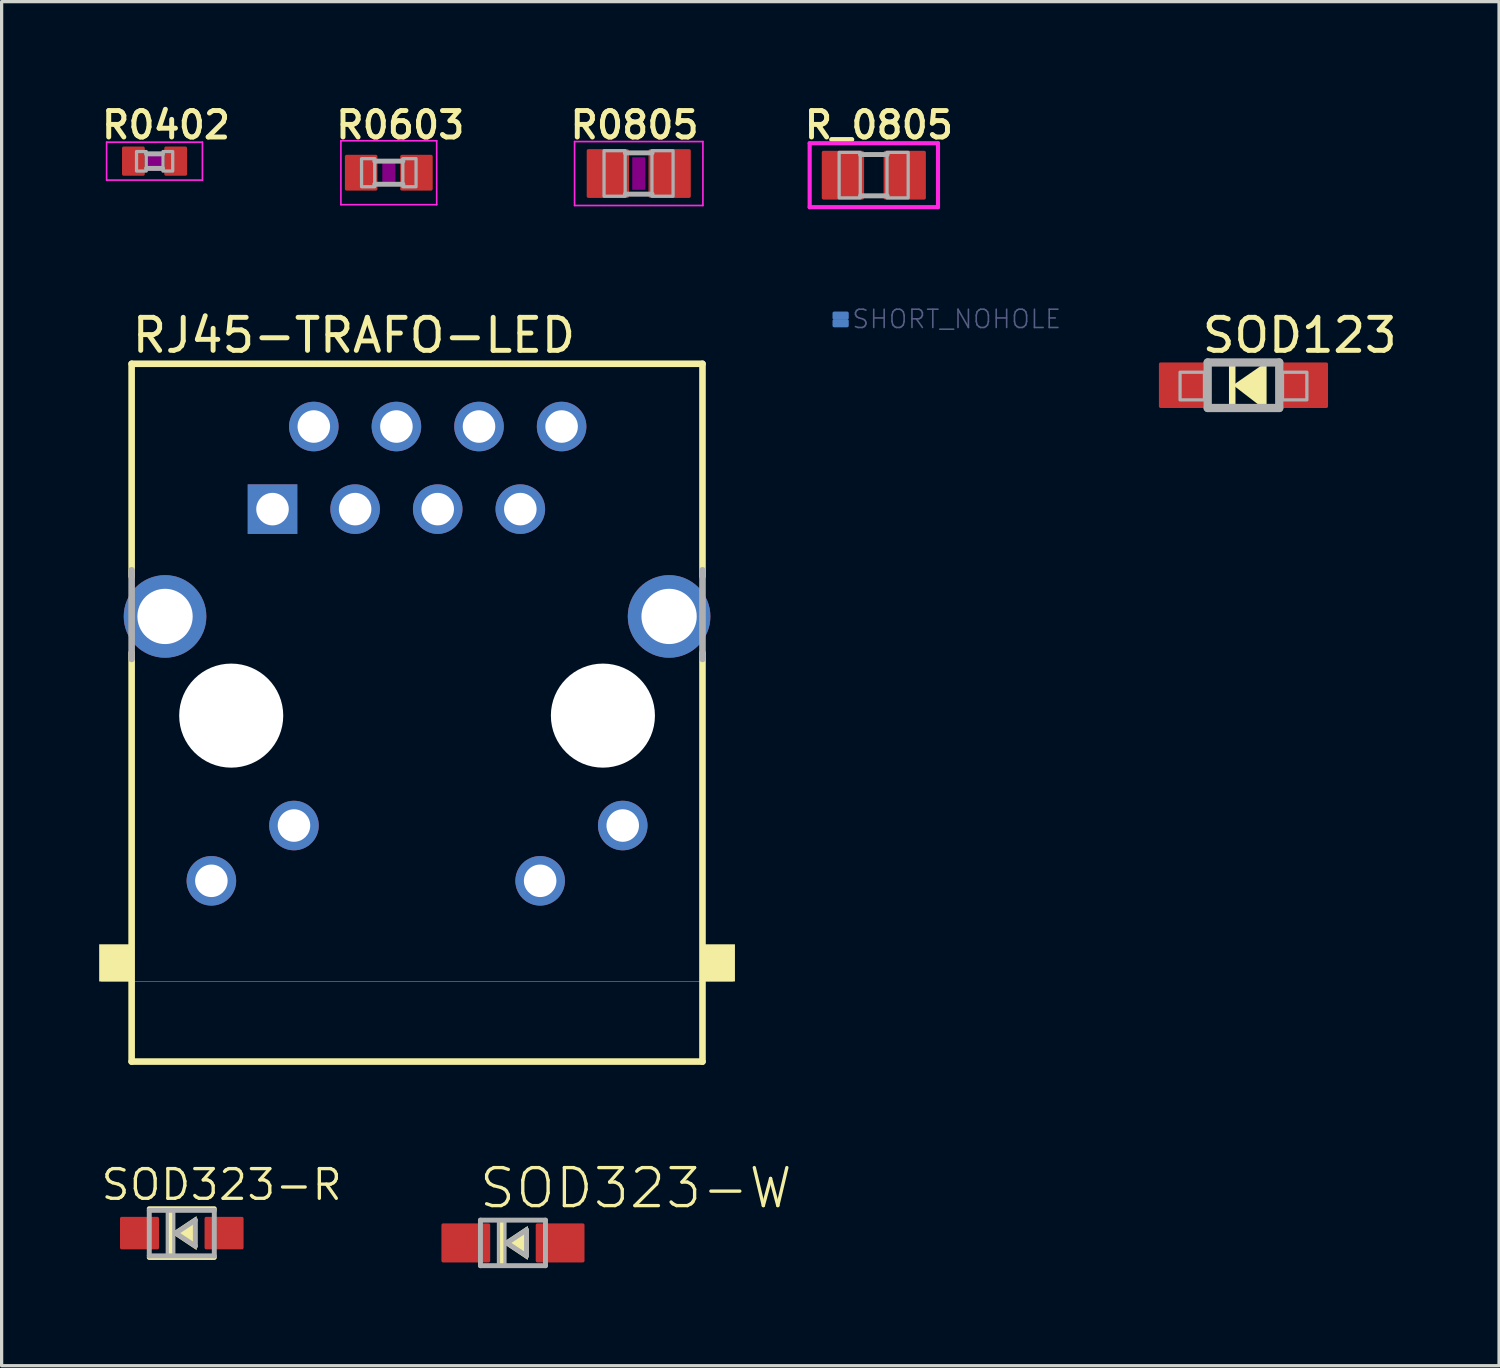
<source format=kicad_pcb>
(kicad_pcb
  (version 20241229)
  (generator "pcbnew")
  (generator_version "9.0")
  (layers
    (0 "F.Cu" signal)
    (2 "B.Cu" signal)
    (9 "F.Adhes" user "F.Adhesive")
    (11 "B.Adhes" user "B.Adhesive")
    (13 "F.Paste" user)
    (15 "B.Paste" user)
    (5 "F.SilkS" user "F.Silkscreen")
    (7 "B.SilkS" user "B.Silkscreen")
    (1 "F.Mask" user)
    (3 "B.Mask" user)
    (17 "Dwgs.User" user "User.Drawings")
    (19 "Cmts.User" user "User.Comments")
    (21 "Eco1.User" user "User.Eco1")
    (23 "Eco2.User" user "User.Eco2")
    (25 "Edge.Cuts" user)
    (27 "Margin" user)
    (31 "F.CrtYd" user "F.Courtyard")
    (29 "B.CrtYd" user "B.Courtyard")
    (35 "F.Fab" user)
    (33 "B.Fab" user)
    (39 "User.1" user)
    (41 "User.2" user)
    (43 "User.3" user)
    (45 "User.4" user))
  (footprint "SOD123"
    (layer "F.Cu")
    (at 35.188 8.796)
    (property "Reference" "SOD123" (at -1.346 -0.94 0) (layer "F.SilkS") (effects (font (size 1.016 1.016) (thickness 0.152)) (justify left bottom)))
    (fp_poly (pts (xy 0.711 0.79) (xy -0.32 -0.003) (xy 0.711 -0.717)) (stroke (width 0) (type default)) (fill yes) (layer "F.SilkS"))
    (fp_poly (pts (xy -0.446 0.7) (xy -0.246 0.7) (xy -0.246 -0.7) (xy -0.446 -0.7)) (stroke (width 0) (type default)) (fill yes) (layer "F.SilkS"))
    (fp_line (start -1.1 -0.7) (end 1.1 -0.7) (stroke (width 0.254) (type solid)) (layer "F.Fab"))
    (fp_line (start -1.1 0.7) (end -1.1 -0.7) (stroke (width 0.254) (type solid)) (layer "F.Fab"))
    (fp_line (start 1.1 -0.7) (end 1.1 0.7) (stroke (width 0.254) (type solid)) (layer "F.Fab"))
    (fp_line (start 1.1 0.7) (end -1.1 0.7) (stroke (width 0.254) (type solid)) (layer "F.Fab"))
    (fp_poly (pts (xy -1.95 0.45) (xy -1.2 0.45) (xy -1.2 -0.4) (xy -1.95 -0.4)) (stroke (width 0.1) (type default)) (fill no) (layer "F.Fab"))
    (fp_poly (pts (xy 1.2 0.45) (xy 1.95 0.45) (xy 1.95 -0.4) (xy 1.2 -0.4)) (stroke (width 0.1) (type default)) (fill no) (layer "F.Fab"))
    (pad "A" smd roundrect (at 1.9 0) (size 1.4 1.4) (layers "F.Cu" "F.Mask" "F.Paste") (roundrect_rratio 0.036))
    (pad "C" smd roundrect (at -1.9 0) (size 1.4 1.4) (layers "F.Cu" "F.Mask" "F.Paste") (roundrect_rratio 0.036)))
  (footprint "R0603"
    (layer "F.Cu")
    (at 8.906 2.261)
    (property "Reference" "R0603" (at -1.702 -0.991 0) (layer "F.SilkS") (effects (font (size 0.813 0.813) (thickness 0.152) (bold yes)) (justify left bottom)))
    (fp_poly (pts (xy -0.2 0.4) (xy 0.2 0.4) (xy 0.2 -0.4) (xy -0.2 -0.4)) (stroke (width 0) (type default)) (fill yes) (layer "F.Adhes"))
    (fp_line (start -1.473 -0.983) (end 1.473 -0.983) (stroke (width 0.051) (type solid)) (layer "F.CrtYd"))
    (fp_line (start -1.473 0.983) (end -1.473 -0.983) (stroke (width 0.051) (type solid)) (layer "F.CrtYd"))
    (fp_line (start 1.473 -0.983) (end 1.473 0.983) (stroke (width 0.051) (type solid)) (layer "F.CrtYd"))
    (fp_line (start 1.473 0.983) (end -1.473 0.983) (stroke (width 0.051) (type solid)) (layer "F.CrtYd"))
    (fp_line (start -0.432 0.356) (end 0.432 0.356) (stroke (width 0.152) (type solid)) (layer "F.Fab"))
    (fp_line (start 0.432 -0.356) (end -0.432 -0.356) (stroke (width 0.152) (type solid)) (layer "F.Fab"))
    (fp_poly (pts (xy -0.838 0.432) (xy -0.432 0.432) (xy -0.432 -0.432) (xy -0.838 -0.432)) (stroke (width 0.1) (type default)) (fill no) (layer "F.Fab"))
    (fp_poly (pts (xy 0.432 0.432) (xy 0.838 0.432) (xy 0.838 -0.432) (xy 0.432 -0.432)) (stroke (width 0.1) (type default)) (fill no) (layer "F.Fab"))
    (pad "1" smd roundrect (at -0.85 0) (size 1 1.1) (layers "F.Cu" "F.Mask" "F.Paste") (roundrect_rratio 0.051))
    (pad "2" smd roundrect (at 0.85 0) (size 1 1.1) (layers "F.Cu" "F.Mask" "F.Paste") (roundrect_rratio 0.051)))
  (footprint "SOD323-R"
    (layer "F.Cu")
    (at 2.54 34.869)
    (property "Reference" "SOD323-R" (at -2.54 -0.953 0) (layer "F.SilkS") (effects (font (size 0.914 0.914) (thickness 0.102)) (justify left bottom)))
    (fp_line (start -1 -0.75) (end 1 -0.75) (stroke (width 0.152) (type solid)) (layer "F.SilkS"))
    (fp_line (start 1 0.75) (end -1 0.75) (stroke (width 0.152) (type solid)) (layer "F.SilkS"))
    (fp_poly (pts (xy 0.457 0.523) (xy -0.328 0) (xy 0.457 -0.523)) (stroke (width 0) (type default)) (fill yes) (layer "F.SilkS"))
    (fp_poly (pts (xy -0.446 0.7) (xy -0.246 0.7) (xy -0.246 -0.7) (xy -0.446 -0.7)) (stroke (width 0) (type default)) (fill yes) (layer "F.SilkS"))
    (fp_line (start -1 -0.7) (end 1 -0.7) (stroke (width 0.152) (type solid)) (layer "F.Fab"))
    (fp_line (start -1 0.7) (end -1 -0.7) (stroke (width 0.152) (type solid)) (layer "F.Fab"))
    (fp_line (start -0.182 0) (end 0.417 -0.4) (stroke (width 0.152) (type solid)) (layer "F.Fab"))
    (fp_line (start 0.417 -0.4) (end 0.417 0.4) (stroke (width 0.152) (type solid)) (layer "F.Fab"))
    (fp_line (start 0.417 0.4) (end -0.182 0) (stroke (width 0.152) (type solid)) (layer "F.Fab"))
    (fp_line (start 1 -0.7) (end 1 0.7) (stroke (width 0.152) (type solid)) (layer "F.Fab"))
    (fp_line (start 1 0.7) (end -1 0.7) (stroke (width 0.152) (type solid)) (layer "F.Fab"))
    (fp_poly (pts (xy -0.446 0.7) (xy -0.246 0.7) (xy -0.246 -0.7) (xy -0.446 -0.7)) (stroke (width 0.1) (type default)) (fill no) (layer "F.Fab"))
    (pad "A" smd roundrect (at 1.3 0) (size 1.2 1) (layers "F.Cu" "F.Mask" "F.Paste") (roundrect_rratio 0.051))
    (pad "C" smd roundrect (at -1.3 0) (size 1.2 1) (layers "F.Cu" "F.Mask" "F.Paste") (roundrect_rratio 0.051)))
  (footprint "R0402"
    (layer "F.Cu")
    (at 1.702 1.905)
    (property "Reference" "R0402" (at -1.702 -0.635 0) (layer "F.SilkS") (effects (font (size 0.813 0.813) (thickness 0.152) (bold yes)) (justify left bottom)))
    (fp_poly (pts (xy -0.2 0.3) (xy 0.2 0.3) (xy 0.2 -0.3) (xy -0.2 -0.3)) (stroke (width 0) (type default)) (fill yes) (layer "F.Adhes"))
    (fp_line (start -1.473 -0.584) (end 1.473 -0.584) (stroke (width 0.051) (type solid)) (layer "F.CrtYd"))
    (fp_line (start -1.473 0.584) (end -1.473 -0.584) (stroke (width 0.051) (type solid)) (layer "F.CrtYd"))
    (fp_line (start 1.473 -0.584) (end 1.473 0.584) (stroke (width 0.051) (type solid)) (layer "F.CrtYd"))
    (fp_line (start 1.473 0.584) (end -1.473 0.584) (stroke (width 0.051) (type solid)) (layer "F.CrtYd"))
    (fp_line (start -0.245 -0.224) (end 0.245 -0.224) (stroke (width 0.152) (type solid)) (layer "F.Fab"))
    (fp_line (start 0.245 0.224) (end -0.245 0.224) (stroke (width 0.152) (type solid)) (layer "F.Fab"))
    (fp_poly (pts (xy -0.554 0.305) (xy -0.254 0.305) (xy -0.254 -0.295) (xy -0.554 -0.295)) (stroke (width 0.1) (type default)) (fill no) (layer "F.Fab"))
    (fp_poly (pts (xy 0.259 0.305) (xy 0.559 0.305) (xy 0.559 -0.295) (xy 0.259 -0.295)) (stroke (width 0.1) (type default)) (fill no) (layer "F.Fab"))
    (pad "1" smd roundrect (at -0.65 0) (size 0.7 0.9) (layers "F.Cu" "F.Mask" "F.Paste") (roundrect_rratio 0.073))
    (pad "2" smd roundrect (at 0.65 0) (size 0.7 0.9) (layers "F.Cu" "F.Mask" "F.Paste") (roundrect_rratio 0.073)))
  (footprint "SOD323-W"
    (layer "F.Cu")
    (at 12.724 35.171)
    (property "Reference" "SOD323-W" (at -1.1 -1 0) (layer "F.SilkS") (effects (font (size 1.168 1.168) (thickness 0.102)) (justify left bottom)))
    (fp_poly (pts (xy 0.457 0.523) (xy -0.328 0) (xy 0.457 -0.523)) (stroke (width 0) (type default)) (fill yes) (layer "F.SilkS"))
    (fp_poly (pts (xy -0.446 0.7) (xy -0.246 0.7) (xy -0.246 -0.7) (xy -0.446 -0.7)) (stroke (width 0) (type default)) (fill yes) (layer "F.SilkS"))
    (fp_line (start -1 -0.7) (end 1 -0.7) (stroke (width 0.152) (type solid)) (layer "F.Fab"))
    (fp_line (start -1 0.7) (end -1 -0.7) (stroke (width 0.152) (type solid)) (layer "F.Fab"))
    (fp_line (start -0.182 0) (end 0.417 -0.4) (stroke (width 0.152) (type solid)) (layer "F.Fab"))
    (fp_line (start 0.417 -0.4) (end 0.417 0.4) (stroke (width 0.152) (type solid)) (layer "F.Fab"))
    (fp_line (start 0.417 0.4) (end -0.182 0) (stroke (width 0.152) (type solid)) (layer "F.Fab"))
    (fp_line (start 1 -0.7) (end 1 0.7) (stroke (width 0.152) (type solid)) (layer "F.Fab"))
    (fp_line (start 1 0.7) (end -1 0.7) (stroke (width 0.152) (type solid)) (layer "F.Fab"))
    (fp_poly (pts (xy -0.446 0.7) (xy -0.246 0.7) (xy -0.246 -0.7) (xy -0.446 -0.7)) (stroke (width 0.1) (type default)) (fill no) (layer "F.Fab"))
    (pad "A" smd roundrect (at 1.45 0) (size 1.5 1.2) (layers "F.Cu" "F.Mask" "F.Paste") (roundrect_rratio 0.042))
    (pad "C" smd roundrect (at -1.45 0) (size 1.5 1.2) (layers "F.Cu" "F.Mask" "F.Paste") (roundrect_rratio 0.042)))
  (footprint "R_0805"
    (layer "F.Cu")
    (at 23.821 2.337)
    (property "Reference" "R_0805" (at -2.21 -1.067 0) (layer "F.SilkS") (effects (font (size 0.813 0.813) (thickness 0.152) (bold yes)) (justify left bottom)))
    (fp_line (start -1.973 -0.983) (end 1.973 -0.983) (stroke (width 0.127) (type solid)) (layer "F.CrtYd"))
    (fp_line (start -1.973 0.983) (end -1.973 -0.983) (stroke (width 0.127) (type solid)) (layer "F.CrtYd"))
    (fp_line (start 1.973 -0.983) (end 1.973 0.983) (stroke (width 0.127) (type solid)) (layer "F.CrtYd"))
    (fp_line (start 1.973 0.983) (end -1.973 0.983) (stroke (width 0.127) (type solid)) (layer "F.CrtYd"))
    (fp_line (start -0.41 -0.635) (end 0.41 -0.635) (stroke (width 0.152) (type solid)) (layer "F.Fab"))
    (fp_line (start -0.41 0.635) (end 0.41 0.635) (stroke (width 0.152) (type solid)) (layer "F.Fab"))
    (fp_poly (pts (xy -1.067 0.699) (xy -0.417 0.699) (xy -0.417 -0.702) (xy -1.067 -0.702)) (stroke (width 0.1) (type default)) (fill no) (layer "F.Fab"))
    (fp_poly (pts (xy 0.406 0.699) (xy 1.056 0.699) (xy 1.056 -0.702) (xy 0.406 -0.702)) (stroke (width 0.1) (type default)) (fill no) (layer "F.Fab"))
    (pad "1" smd roundrect (at -0.95 0) (size 1.3 1.5) (layers "F.Cu" "F.Mask" "F.Paste") (roundrect_rratio 0.039))
    (pad "2" smd roundrect (at 0.95 0) (size 1.3 1.5) (layers "F.Cu" "F.Mask" "F.Paste") (roundrect_rratio 0.039)))
  (footprint "SHORT_NOHOLE"
    (layer "F.Cu")
    (at 22.8 6.773)
    (property "Reference" "SHORT_NOHOLE" (at 0.318 0.318 0) (layer "B.Fab") (effects (font (size 0.561 0.561) (thickness 0.049)) (justify left bottom)))
    (pad "1" smd roundrect (at 0 -0.117 180) (size 0.5 0.25) (layers "B.Cu") (roundrect_rratio 0.203))
    (pad "2" smd roundrect (at 0 0.117 180) (size 0.5 0.25) (layers "B.Cu") (roundrect_rratio 0.203)))
  (footprint "R0805"
    (layer "F.Cu")
    (at 16.592 2.286)
    (property "Reference" "R0805" (at -2.184 -1.016 0) (layer "F.SilkS") (effects (font (size 0.813 0.813) (thickness 0.152) (bold yes)) (justify left bottom)))
    (fp_poly (pts (xy -0.2 0.5) (xy 0.2 0.5) (xy 0.2 -0.5) (xy -0.2 -0.5)) (stroke (width 0) (type default)) (fill yes) (layer "F.Adhes"))
    (fp_line (start -1.973 -0.983) (end 1.973 -0.983) (stroke (width 0.051) (type solid)) (layer "F.CrtYd"))
    (fp_line (start -1.973 0.983) (end -1.973 -0.983) (stroke (width 0.051) (type solid)) (layer "F.CrtYd"))
    (fp_line (start 1.973 -0.983) (end 1.973 0.983) (stroke (width 0.051) (type solid)) (layer "F.CrtYd"))
    (fp_line (start 1.973 0.983) (end -1.973 0.983) (stroke (width 0.051) (type solid)) (layer "F.CrtYd"))
    (fp_line (start -0.41 -0.635) (end 0.41 -0.635) (stroke (width 0.152) (type solid)) (layer "F.Fab"))
    (fp_line (start -0.41 0.635) (end 0.41 0.635) (stroke (width 0.152) (type solid)) (layer "F.Fab"))
    (fp_poly (pts (xy -1.067 0.699) (xy -0.417 0.699) (xy -0.417 -0.702) (xy -1.067 -0.702)) (stroke (width 0.1) (type default)) (fill no) (layer "F.Fab"))
    (fp_poly (pts (xy 0.406 0.699) (xy 1.056 0.699) (xy 1.056 -0.702) (xy 0.406 -0.702)) (stroke (width 0.1) (type default)) (fill no) (layer "F.Fab"))
    (pad "1" smd roundrect (at -0.95 0) (size 1.3 1.5) (layers "F.Cu" "F.Mask" "F.Paste") (roundrect_rratio 0.039))
    (pad "2" smd roundrect (at 0.95 0) (size 1.3 1.5) (layers "F.Cu" "F.Mask" "F.Paste") (roundrect_rratio 0.039)))
  (footprint "RJ45-TRAFO-LED"
    (layer "F.Cu")
    (at 9.775 18.956)
    (property "Reference" "RJ45-TRAFO-LED" (at -8.839 -11.1 0) (layer "F.SilkS") (effects (font (size 1.016 1.016) (thickness 0.152)) (justify left bottom)))
    (attr through_hole)
    (fp_line (start -8.777 -10.819) (end 8.777 -10.819) (stroke (width 0.203) (type solid)) (layer "F.SilkS"))
    (fp_line (start -8.777 -4.283) (end -8.777 -10.819) (stroke (width 0.203) (type solid)) (layer "F.SilkS"))
    (fp_line (start -8.777 10.639) (end -8.777 -1.929) (stroke (width 0.203) (type solid)) (layer "F.SilkS"))
    (fp_line (start 8.777 -10.819) (end 8.777 -4.283) (stroke (width 0.203) (type solid)) (layer "F.SilkS"))
    (fp_line (start 8.777 -1.929) (end 8.777 10.639) (stroke (width 0.203) (type solid)) (layer "F.SilkS"))
    (fp_line (start 8.777 10.639) (end -8.777 10.639) (stroke (width 0.203) (type solid)) (layer "F.SilkS"))
    (fp_line (start 9.716 8.18) (end -9.716 8.18) (stroke (width 0.01) (type solid)) (layer "F.SilkS"))
    (fp_poly (pts (xy -9.775 8.175) (xy -8.85 8.175) (xy -8.85 7.032) (xy -9.775 7.032)) (stroke (width 0) (type default)) (fill yes) (layer "F.SilkS"))
    (fp_poly (pts (xy 8.85 8.175) (xy 9.775 8.175) (xy 9.775 7.032) (xy 8.85 7.032)) (stroke (width 0) (type default)) (fill yes) (layer "F.SilkS"))
    (fp_line (start -8.777 -1.743) (end -8.777 -4.469) (stroke (width 0.203) (type solid)) (layer "F.Fab"))
    (fp_line (start 8.777 -4.469) (end 8.777 -1.743) (stroke (width 0.203) (type solid)) (layer "F.Fab"))
    (pad "" np_thru_hole circle (at -5.715 0) (size 3.2 3.2) (drill 3.2) (layers "*.Cu" "*.Mask"))
    (pad "" np_thru_hole circle (at 5.715 0) (size 3.2 3.2) (drill 3.2) (layers "*.Cu" "*.Mask"))
    (pad "1" thru_hole rect (at -4.445 -6.35) (size 1.524 1.524) (drill 1) (layers "*.Cu" "*.Mask"))
    (pad "2" thru_hole circle (at -3.175 -8.89) (size 1.524 1.524) (drill 1) (layers "*.Cu" "*.Mask"))
    (pad "3" thru_hole circle (at -1.905 -6.35) (size 1.524 1.524) (drill 1) (layers "*.Cu" "*.Mask"))
    (pad "4" thru_hole circle (at -0.635 -8.89) (size 1.524 1.524) (drill 1) (layers "*.Cu" "*.Mask"))
    (pad "5" thru_hole circle (at 0.635 -6.35) (size 1.524 1.524) (drill 1) (layers "*.Cu" "*.Mask"))
    (pad "6" thru_hole circle (at 1.905 -8.89) (size 1.524 1.524) (drill 1) (layers "*.Cu" "*.Mask"))
    (pad "7" thru_hole circle (at 3.175 -6.35) (size 1.524 1.524) (drill 1) (layers "*.Cu" "*.Mask"))
    (pad "8" thru_hole circle (at 4.445 -8.89) (size 1.524 1.524) (drill 1) (layers "*.Cu" "*.Mask"))
    (pad "9" thru_hole circle (at -6.325 5.08) (size 1.524 1.524) (drill 1) (layers "*.Cu" "*.Mask"))
    (pad "10" thru_hole circle (at -3.785 3.38) (size 1.524 1.524) (drill 1) (layers "*.Cu" "*.Mask"))
    (pad "11" thru_hole circle (at 3.785 5.08) (size 1.524 1.524) (drill 1) (layers "*.Cu" "*.Mask"))
    (pad "12" thru_hole circle (at 6.325 3.38) (size 1.524 1.524) (drill 1) (layers "*.Cu" "*.Mask"))
    (pad "SH" thru_hole circle (at -7.75 -3.05) (size 2.54 2.54) (drill 1.7) (layers "*.Cu" "*.Mask"))
    (pad "SH2" thru_hole circle (at 7.75 -3.05) (size 2.54 2.54) (drill 1.7) (layers "*.Cu" "*.Mask")))
  (gr_rect
    (start -3 -3)
    (end 43.047 38.947)
    (stroke (width 0.1) (type default))
    (fill no)
    (layer "Edge.Cuts")))
</source>
